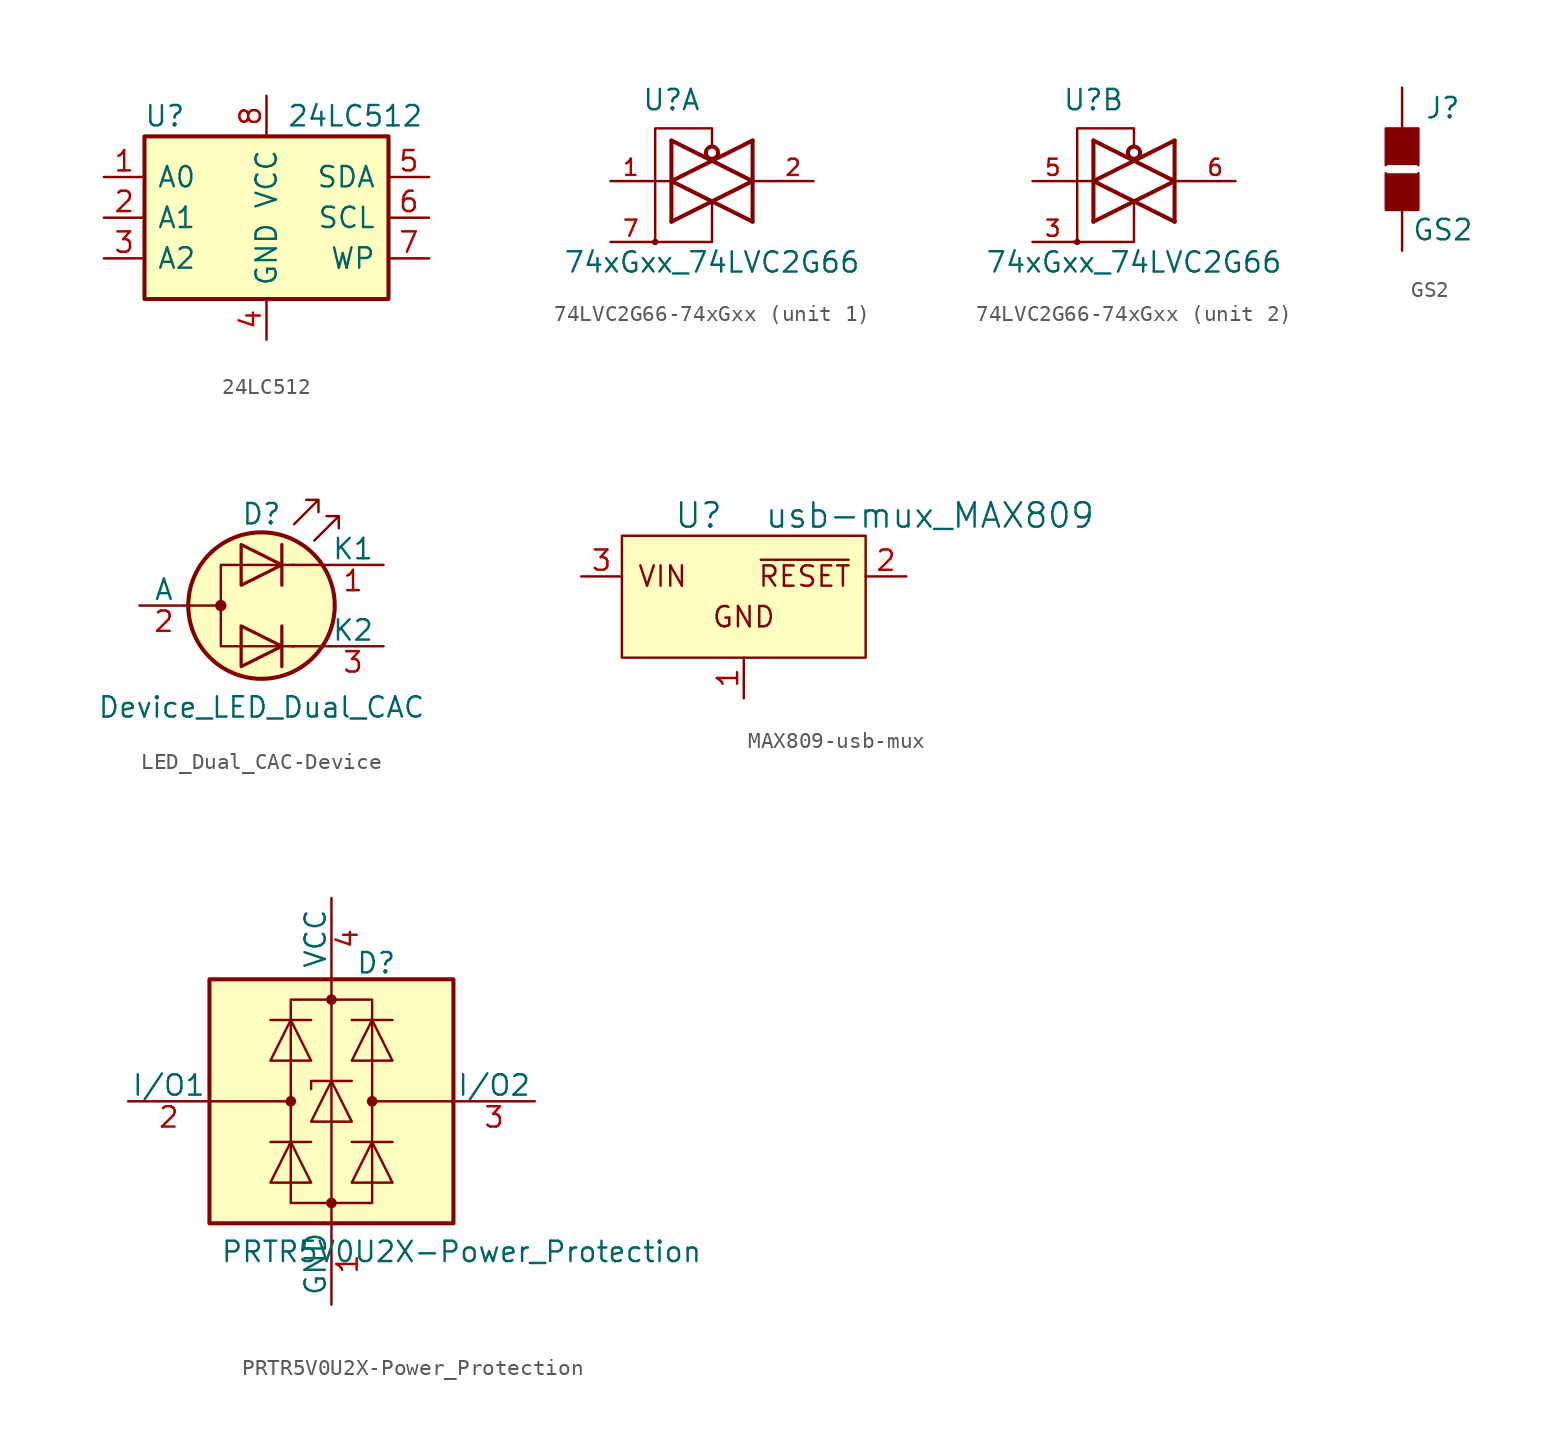
<source format=kicad_sym>
(kicad_symbol_lib
  (version 20231120)
  (generator "kicad_symbol_editor")
  (generator_version "8.0")
  (symbol "24LC512"
    (pin_names
      (offset 0.762))
    (property "Reference" "U"
      (at -6.35 6.35 0)
      (effects (font (size 1.27 1.27))))
    (property "Value" "24LC512"
      (at 1.27 6.35 0)
      (effects (font (size 1.27 1.27)) (justify left)))
    (symbol "24LC512_0_0"
      (pin power_in line (at 0 -7.62 90) (length 2.54) (name "GND" (effects (font (size 1.27 1.27)))) (number "4" (effects (font (size 1.27 1.27)))))
      (pin power_in line (at 0 7.62 270) (length 2.54) (name "VCC" (effects (font (size 1.27 1.27)))) (number "8" (effects (font (size 1.27 1.27))))))
    (symbol "24LC512_1_1"
      (rectangle (start -7.62 5.08) (end 7.62 -5.08) (stroke (width 0.254) (type solid)) (fill (type background)))
      (pin input line (at -10.16 2.54 0) (length 2.54) (name "A0" (effects (font (size 1.27 1.27)))) (number "1" (effects (font (size 1.27 1.27)))))
      (pin input line (at -10.16 0 0) (length 2.54) (name "A1" (effects (font (size 1.27 1.27)))) (number "2" (effects (font (size 1.27 1.27)))))
      (pin input line (at -10.16 -2.54 0) (length 2.54) (name "A2" (effects (font (size 1.27 1.27)))) (number "3" (effects (font (size 1.27 1.27)))))
      (pin bidirectional line (at 10.16 2.54 180) (length 2.54) (name "SDA" (effects (font (size 1.27 1.27)))) (number "5" (effects (font (size 1.27 1.27)))))
      (pin input line (at 10.16 0 180) (length 2.54) (name "SCL" (effects (font (size 1.27 1.27)))) (number "6" (effects (font (size 1.27 1.27)))))
      (pin input line (at 10.16 -2.54 180) (length 2.54) (name "WP" (effects (font (size 1.27 1.27)))) (number "7" (effects (font (size 1.27 1.27)))))))
  (symbol "74LVC2G66-74xGxx"
    (pin_names
      (offset 1.016))
    (property "Reference" "U"
      (at -2.54 5.08 0)
      (effects (font (size 1.27 1.27))))
    (property "Value" "74xGxx_74LVC2G66"
      (at 0 -5.08 0)
      (effects (font (size 1.27 1.27))))
    (symbol "74LVC2G66-74xGxx_0_1"
      (circle (center -3.556 -3.81) (radius 0.127) (stroke (width 0) (type solid)) (fill (type none)))
      (polyline (pts (xy -3.81 0) (xy -2.54 0)) (stroke (width 0) (type solid)) (fill (type none)))
      (polyline (pts (xy -2.54 2.54) (xy -2.54 -2.54)) (stroke (width 0.254) (type solid)) (fill (type none)))
      (polyline (pts (xy 2.54 0) (xy 3.81 0)) (stroke (width 0) (type solid)) (fill (type none)))
      (polyline (pts (xy 2.54 2.54) (xy 2.54 -2.54)) (stroke (width 0.254) (type solid)) (fill (type none)))
      (polyline (pts (xy -3.81 -3.81) (xy 0 -3.81) (xy 0 -1.27)) (stroke (width 0) (type solid)) (fill (type none)))
      (polyline (pts (xy -2.54 -2.54) (xy 2.54 0) (xy -2.54 2.54)) (stroke (width 0.254) (type solid)) (fill (type none)))
      (polyline (pts (xy 2.54 2.54) (xy -2.54 0) (xy 2.54 -2.54)) (stroke (width 0.254) (type solid)) (fill (type none)))
      (polyline (pts (xy 0 2.159) (xy 0 3.302) (xy -3.556 3.302) (xy -3.556 -3.81)) (stroke (width 0) (type solid)) (fill (type none)))
      (circle (center 0 1.778) (radius 0.381) (stroke (width 0.254) (type solid)) (fill (type none)))
      (pin power_in line (at 1.27 -3.81 270) (length 0) hide (name "GND" (effects (font (size 1.016 1.016)))) (number "4" (effects (font (size 1.016 1.016)))))
      (pin power_in line (at 1.27 3.81 90) (length 0) hide (name "VCC" (effects (font (size 1.016 1.016)))) (number "8" (effects (font (size 1.016 1.016))))))
    (symbol "74LVC2G66-74xGxx_1_1"
      (pin input line (at -6.35 0 0) (length 2.54) (name "~" (effects (font (size 1.016 1.016)))) (number "1" (effects (font (size 1.016 1.016)))))
      (pin tri_state line (at 6.35 0 180) (length 2.54) (name "~" (effects (font (size 1.016 1.016)))) (number "2" (effects (font (size 1.016 1.016)))))
      (pin input line (at -6.35 -3.81 0) (length 2.54) (name "~" (effects (font (size 1.016 1.016)))) (number "7" (effects (font (size 1.016 1.016))))))
    (symbol "74LVC2G66-74xGxx_2_1"
      (pin input line (at -6.35 -3.81 0) (length 2.54) (name "~" (effects (font (size 1.016 1.016)))) (number "3" (effects (font (size 1.016 1.016)))))
      (pin input line (at -6.35 0 0) (length 2.54) (name "~" (effects (font (size 1.016 1.016)))) (number "5" (effects (font (size 1.016 1.016)))))
      (pin tri_state line (at 6.35 0 180) (length 2.54) (name "~" (effects (font (size 1.016 1.016)))) (number "6" (effects (font (size 1.016 1.016)))))))
  (symbol "GS2"
    (pin_numbers hide)
    (pin_names
      (offset 1.016) hide)
    (property "Reference" "J"
      (at 2.54 3.81 0)
      (effects (font (size 1.27 1.27))))
    (property "Value" "GS2"
      (at 2.54 -3.785 0)
      (effects (font (size 1.27 1.27))))
    (symbol "GS2_0_1"
      (polyline (pts (xy -1.016 -0.254) (xy -1.016 -2.54) (xy 1.016 -2.54) (xy 1.016 -0.254)) (stroke (width 0) (type solid)) (fill (type outline)))
      (polyline (pts (xy -1.016 0.254) (xy -1.016 2.54) (xy 1.016 2.54) (xy 1.016 0.254)) (stroke (width 0) (type solid)) (fill (type outline))))
    (symbol "GS2_1_1"
      (pin passive line (at 0 5.08 270) (length 2.54) (name "G1" (effects (font (size 1.27 1.27)))) (number "1" (effects (font (size 1.27 1.27)))))
      (pin passive line (at 0 -5.08 90) (length 2.54) (name "G2" (effects (font (size 1.27 1.27)))) (number "2" (effects (font (size 1.27 1.27)))))))
  (symbol "LED_Dual_CAC-Device"
    (pin_names
      (offset 0))
    (property "Reference" "D"
      (at 0 5.715 0)
      (effects (font (size 1.27 1.27))))
    (property "Value" "Device_LED_Dual_CAC"
      (at 0 -6.35 0)
      (effects (font (size 1.27 1.27))))
    (symbol "LED_Dual_CAC-Device_0_1"
      (circle (center -2.54 0) (radius 0.279) (stroke (width 0) (type solid)) (fill (type outline)))
      (polyline (pts (xy -4.572 0) (xy -2.54 0)) (stroke (width 0) (type solid)) (fill (type none)))
      (polyline (pts (xy 1.27 -1.27) (xy 1.27 -3.81)) (stroke (width 0.203) (type solid)) (fill (type none)))
      (polyline (pts (xy 1.27 3.81) (xy 1.27 1.27)) (stroke (width 0.203) (type solid)) (fill (type none)))
      (polyline (pts (xy 3.81 -2.54) (xy 1.905 -2.54)) (stroke (width 0) (type solid)) (fill (type none)))
      (polyline (pts (xy 3.81 2.54) (xy 1.905 2.54)) (stroke (width 0) (type solid)) (fill (type none)))
      (polyline (pts (xy -1.27 -1.27) (xy -1.27 -3.81) (xy 1.27 -2.54) (xy -1.27 -1.27)) (stroke (width 0.203) (type solid)) (fill (type none)))
      (polyline (pts (xy -1.27 3.81) (xy -1.27 1.27) (xy 1.27 2.54) (xy -1.27 3.81)) (stroke (width 0.203) (type solid)) (fill (type none)))
      (polyline (pts (xy 2.032 2.54) (xy -2.54 2.54) (xy -2.54 -2.54) (xy 2.032 -2.54)) (stroke (width 0) (type solid)) (fill (type none)))
      (polyline (pts (xy 2.032 5.08) (xy 3.556 6.604) (xy 2.794 6.604) (xy 3.556 6.604) (xy 3.556 5.842)) (stroke (width 0) (type solid)) (fill (type none)))
      (polyline (pts (xy 3.302 4.064) (xy 4.826 5.588) (xy 4.064 5.588) (xy 4.826 5.588) (xy 4.826 4.826)) (stroke (width 0) (type solid)) (fill (type none)))
      (circle (center 0 0) (radius 4.572) (stroke (width 0.254) (type solid)) (fill (type background))))
    (symbol "LED_Dual_CAC-Device_1_1"
      (pin input line (at 7.62 2.54 180) (length 3.81) (name "K1" (effects (font (size 1.27 1.27)))) (number "1" (effects (font (size 1.27 1.27)))))
      (pin input line (at -7.62 0 0) (length 3.048) (name "A" (effects (font (size 1.27 1.27)))) (number "2" (effects (font (size 1.27 1.27)))))
      (pin input line (at 7.62 -2.54 180) (length 3.81) (name "K2" (effects (font (size 1.27 1.27)))) (number "3" (effects (font (size 1.27 1.27)))))))
  (symbol "MAX809-usb-mux"
    (pin_names
      (offset 1.016) hide)
    (property "Reference" "U"
      (at -1.27 3.81 0)
      (effects (font (size 1.524 1.524)) (justify right)))
    (property "Value" "usb-mux_MAX809"
      (at 1.27 3.81 0)
      (effects (font (size 1.524 1.524)) (justify left)))
    (symbol "MAX809-usb-mux_0_0"
      (rectangle (start -7.62 2.54) (end 7.62 -5.08) (stroke (width 0) (type solid)) (fill (type background)))
      (text "GND" (at 0 -2.54 0) (effects (font (size 1.27 1.27))))
      (text "VIN" (at -5.08 0 0) (effects (font (size 1.27 1.27))))
      (text "~{RESET}" (at 3.81 0 0) (effects (font (size 1.27 1.27)))))
    (symbol "MAX809-usb-mux_1_1"
      (pin power_in line (at 0 -7.62 90) (length 2.54) (name "GND" (effects (font (size 1.27 1.27)))) (number "1" (effects (font (size 1.27 1.27)))))
      (pin power_in line (at 10.16 0 180) (length 2.54) (name "~{RESET}" (effects (font (size 1.27 1.27)))) (number "2" (effects (font (size 1.27 1.27)))))
      (pin power_in line (at -10.16 0 0) (length 2.54) (name "VIN" (effects (font (size 1.27 1.27)))) (number "3" (effects (font (size 1.27 1.27)))))))
  (symbol "PRTR5V0U2X-Power_Protection"
    (pin_names
      (offset 0))
    (property "Reference" "D"
      (at 2.794 8.636 0)
      (effects (font (size 1.27 1.27))))
    (property "Value" "PRTR5V0U2X-Power_Protection"
      (at 8.128 -9.398 0)
      (effects (font (size 1.27 1.27))))
    (symbol "PRTR5V0U2X-Power_Protection_0_1"
      (rectangle (start -7.62 -7.62) (end 7.62 7.62) (stroke (width 0.254) (type solid)) (fill (type background)))
      (circle (center -2.54 0) (radius 0.254) (stroke (width 0) (type solid)) (fill (type outline)))
      (circle (center 0 -6.35) (radius 0.254) (stroke (width 0) (type solid)) (fill (type outline)))
      (polyline (pts (xy -2.54 -2.54) (xy -2.54 5.08)) (stroke (width 0) (type solid)) (fill (type none)))
      (polyline (pts (xy -2.54 0) (xy -7.62 0)) (stroke (width 0) (type solid)) (fill (type none)))
      (polyline (pts (xy -1.27 -2.54) (xy -3.81 -2.54)) (stroke (width 0) (type solid)) (fill (type none)))
      (polyline (pts (xy -1.27 5.08) (xy -3.81 5.08)) (stroke (width 0) (type solid)) (fill (type none)))
      (polyline (pts (xy 0 -7.62) (xy 0 -6.35)) (stroke (width 0) (type solid)) (fill (type none)))
      (polyline (pts (xy 0 -6.35) (xy 0 1.27)) (stroke (width 0) (type solid)) (fill (type none)))
      (polyline (pts (xy 0 1.27) (xy 0 6.35)) (stroke (width 0) (type solid)) (fill (type none)))
      (polyline (pts (xy 0 6.35) (xy 0 7.62)) (stroke (width 0) (type solid)) (fill (type none)))
      (polyline (pts (xy 1.27 -2.54) (xy 3.81 -2.54)) (stroke (width 0) (type solid)) (fill (type none)))
      (polyline (pts (xy 1.27 5.08) (xy 3.81 5.08)) (stroke (width 0) (type solid)) (fill (type none)))
      (polyline (pts (xy 2.54 -2.54) (xy 2.54 5.08)) (stroke (width 0) (type solid)) (fill (type none)))
      (polyline (pts (xy 2.54 0) (xy 7.62 0)) (stroke (width 0) (type solid)) (fill (type none)))
      (polyline (pts (xy 0 -6.35) (xy -2.54 -6.35) (xy -2.54 -2.54)) (stroke (width 0) (type solid)) (fill (type none)))
      (polyline (pts (xy 1.27 1.27) (xy -1.27 1.27) (xy -1.27 0.762)) (stroke (width 0) (type solid)) (fill (type none)))
      (polyline (pts (xy 2.54 -2.54) (xy 2.54 -6.35) (xy 0 -6.35)) (stroke (width 0) (type solid)) (fill (type none)))
      (polyline (pts (xy -3.81 -5.08) (xy -1.27 -5.08) (xy -2.54 -2.54) (xy -3.81 -5.08)) (stroke (width 0) (type solid)) (fill (type none)))
      (polyline (pts (xy -3.81 2.54) (xy -1.27 2.54) (xy -2.54 5.08) (xy -3.81 2.54)) (stroke (width 0) (type solid)) (fill (type none)))
      (polyline (pts (xy -2.54 5.08) (xy -2.54 6.35) (xy 2.54 6.35) (xy 2.54 5.08)) (stroke (width 0) (type solid)) (fill (type none)))
      (polyline (pts (xy -1.27 -1.27) (xy 1.27 -1.27) (xy 0 1.27) (xy -1.27 -1.27)) (stroke (width 0) (type solid)) (fill (type none)))
      (polyline (pts (xy 3.81 -5.08) (xy 1.27 -5.08) (xy 2.54 -2.54) (xy 3.81 -5.08)) (stroke (width 0) (type solid)) (fill (type none)))
      (polyline (pts (xy 3.81 2.54) (xy 1.27 2.54) (xy 2.54 5.08) (xy 3.81 2.54)) (stroke (width 0) (type solid)) (fill (type none)))
      (circle (center 0 6.35) (radius 0.254) (stroke (width 0) (type solid)) (fill (type outline)))
      (circle (center 2.54 0) (radius 0.254) (stroke (width 0) (type solid)) (fill (type outline))))
    (symbol "PRTR5V0U2X-Power_Protection_1_1"
      (pin power_in line (at 0 -12.7 90) (length 5.08) (name "GND" (effects (font (size 1.27 1.27)))) (number "1" (effects (font (size 1.27 1.27)))))
      (pin passive line (at -12.7 0 0) (length 5.08) (name "I/O1" (effects (font (size 1.27 1.27)))) (number "2" (effects (font (size 1.27 1.27)))))
      (pin passive line (at 12.7 0 180) (length 5.08) (name "I/O2" (effects (font (size 1.27 1.27)))) (number "3" (effects (font (size 1.27 1.27)))))
      (pin power_in line (at 0 12.7 270) (length 5.08) (name "VCC" (effects (font (size 1.27 1.27)))) (number "4" (effects (font (size 1.27 1.27))))))))
</source>
